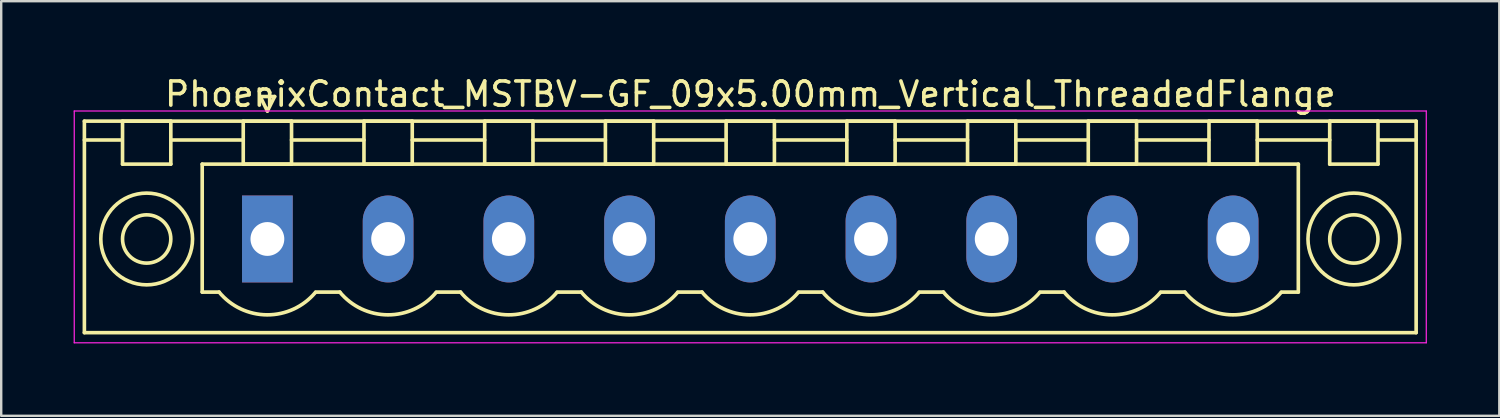
<source format=kicad_pcb>
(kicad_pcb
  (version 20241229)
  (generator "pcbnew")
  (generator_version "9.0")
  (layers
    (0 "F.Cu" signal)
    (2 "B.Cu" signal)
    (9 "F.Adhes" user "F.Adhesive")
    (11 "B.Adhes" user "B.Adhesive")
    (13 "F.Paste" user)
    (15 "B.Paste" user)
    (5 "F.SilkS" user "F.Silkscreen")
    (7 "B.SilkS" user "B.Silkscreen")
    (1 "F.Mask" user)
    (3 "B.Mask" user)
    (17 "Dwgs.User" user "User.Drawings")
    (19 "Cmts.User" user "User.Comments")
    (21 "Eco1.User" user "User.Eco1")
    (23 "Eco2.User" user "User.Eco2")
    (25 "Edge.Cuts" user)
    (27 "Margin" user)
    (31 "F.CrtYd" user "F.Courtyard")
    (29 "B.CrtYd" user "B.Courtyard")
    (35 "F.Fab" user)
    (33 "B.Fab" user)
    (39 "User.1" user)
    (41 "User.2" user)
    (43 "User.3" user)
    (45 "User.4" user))
  (footprint "PhoenixContact_MSTBV-GF_09x5.00mm_Vertical_ThreadedFlange"
    (layer "F.Cu")
    (at 8.025 6.848)
    (property "Reference" "PhoenixContact_MSTBV-GF_09x5.00mm_Vertical_ThreadedFlange" (at 20 -6 0) (layer "F.SilkS") (effects (font (size 1 1) (thickness 0.15))))
    (attr through_hole)
    (fp_line (start -7.58 -4.88) (end -7.58 3.88) (stroke (width 0.15) (type solid)) (layer "F.SilkS"))
    (fp_line (start -7.58 -4.1) (end -6.08 -4.1) (stroke (width 0.15) (type solid)) (layer "F.SilkS"))
    (fp_line (start -7.58 3.88) (end 47.58 3.88) (stroke (width 0.15) (type solid)) (layer "F.SilkS"))
    (fp_line (start -6 -4.88) (end -4 -4.88) (stroke (width 0.15) (type solid)) (layer "F.SilkS"))
    (fp_line (start -6 -3.1) (end -6 -4.88) (stroke (width 0.15) (type solid)) (layer "F.SilkS"))
    (fp_line (start -4 -4.88) (end -4 -3.1) (stroke (width 0.15) (type solid)) (layer "F.SilkS"))
    (fp_line (start -4 -4.1) (end -1 -4.1) (stroke (width 0.15) (type solid)) (layer "F.SilkS"))
    (fp_line (start -4 -3.1) (end -6 -3.1) (stroke (width 0.15) (type solid)) (layer "F.SilkS"))
    (fp_line (start -2.7 -3.1) (end 42.7 -3.1) (stroke (width 0.15) (type solid)) (layer "F.SilkS"))
    (fp_line (start -2.7 2.2) (end -2.7 -3.1) (stroke (width 0.15) (type solid)) (layer "F.SilkS"))
    (fp_line (start -2 2.2) (end -2.7 2.2) (stroke (width 0.15) (type solid)) (layer "F.SilkS"))
    (fp_line (start -1 -4.88) (end 1 -4.88) (stroke (width 0.15) (type solid)) (layer "F.SilkS"))
    (fp_line (start -1 -3.1) (end -1 -4.88) (stroke (width 0.15) (type solid)) (layer "F.SilkS"))
    (fp_line (start -0.3 -5.9) (end 0 -5.3) (stroke (width 0.15) (type solid)) (layer "F.SilkS"))
    (fp_line (start 0 -5.3) (end 0.3 -5.9) (stroke (width 0.15) (type solid)) (layer "F.SilkS"))
    (fp_line (start 0.3 -5.9) (end -0.3 -5.9) (stroke (width 0.15) (type solid)) (layer "F.SilkS"))
    (fp_line (start 1 -4.88) (end 1 -3.1) (stroke (width 0.15) (type solid)) (layer "F.SilkS"))
    (fp_line (start 1 -4.1) (end 4 -4.1) (stroke (width 0.15) (type solid)) (layer "F.SilkS"))
    (fp_line (start 1 -3.1) (end -1 -3.1) (stroke (width 0.15) (type solid)) (layer "F.SilkS"))
    (fp_line (start 2 2.2) (end 3 2.2) (stroke (width 0.15) (type solid)) (layer "F.SilkS"))
    (fp_line (start 4 -4.88) (end 6 -4.88) (stroke (width 0.15) (type solid)) (layer "F.SilkS"))
    (fp_line (start 4 -3.1) (end 4 -4.88) (stroke (width 0.15) (type solid)) (layer "F.SilkS"))
    (fp_line (start 6 -4.88) (end 6 -3.1) (stroke (width 0.15) (type solid)) (layer "F.SilkS"))
    (fp_line (start 6 -4.1) (end 9 -4.1) (stroke (width 0.15) (type solid)) (layer "F.SilkS"))
    (fp_line (start 6 -3.1) (end 4 -3.1) (stroke (width 0.15) (type solid)) (layer "F.SilkS"))
    (fp_line (start 7 2.2) (end 8 2.2) (stroke (width 0.15) (type solid)) (layer "F.SilkS"))
    (fp_line (start 9 -4.88) (end 11 -4.88) (stroke (width 0.15) (type solid)) (layer "F.SilkS"))
    (fp_line (start 9 -3.1) (end 9 -4.88) (stroke (width 0.15) (type solid)) (layer "F.SilkS"))
    (fp_line (start 11 -4.88) (end 11 -3.1) (stroke (width 0.15) (type solid)) (layer "F.SilkS"))
    (fp_line (start 11 -4.1) (end 14 -4.1) (stroke (width 0.15) (type solid)) (layer "F.SilkS"))
    (fp_line (start 11 -3.1) (end 9 -3.1) (stroke (width 0.15) (type solid)) (layer "F.SilkS"))
    (fp_line (start 12 2.2) (end 13 2.2) (stroke (width 0.15) (type solid)) (layer "F.SilkS"))
    (fp_line (start 14 -4.88) (end 16 -4.88) (stroke (width 0.15) (type solid)) (layer "F.SilkS"))
    (fp_line (start 14 -3.1) (end 14 -4.88) (stroke (width 0.15) (type solid)) (layer "F.SilkS"))
    (fp_line (start 16 -4.88) (end 16 -3.1) (stroke (width 0.15) (type solid)) (layer "F.SilkS"))
    (fp_line (start 16 -4.1) (end 19 -4.1) (stroke (width 0.15) (type solid)) (layer "F.SilkS"))
    (fp_line (start 16 -3.1) (end 14 -3.1) (stroke (width 0.15) (type solid)) (layer "F.SilkS"))
    (fp_line (start 17 2.2) (end 18 2.2) (stroke (width 0.15) (type solid)) (layer "F.SilkS"))
    (fp_line (start 19 -4.88) (end 21 -4.88) (stroke (width 0.15) (type solid)) (layer "F.SilkS"))
    (fp_line (start 19 -3.1) (end 19 -4.88) (stroke (width 0.15) (type solid)) (layer "F.SilkS"))
    (fp_line (start 21 -4.88) (end 21 -3.1) (stroke (width 0.15) (type solid)) (layer "F.SilkS"))
    (fp_line (start 21 -4.1) (end 24 -4.1) (stroke (width 0.15) (type solid)) (layer "F.SilkS"))
    (fp_line (start 21 -3.1) (end 19 -3.1) (stroke (width 0.15) (type solid)) (layer "F.SilkS"))
    (fp_line (start 22 2.2) (end 23 2.2) (stroke (width 0.15) (type solid)) (layer "F.SilkS"))
    (fp_line (start 24 -4.88) (end 26 -4.88) (stroke (width 0.15) (type solid)) (layer "F.SilkS"))
    (fp_line (start 24 -3.1) (end 24 -4.88) (stroke (width 0.15) (type solid)) (layer "F.SilkS"))
    (fp_line (start 26 -4.88) (end 26 -3.1) (stroke (width 0.15) (type solid)) (layer "F.SilkS"))
    (fp_line (start 26 -4.1) (end 29 -4.1) (stroke (width 0.15) (type solid)) (layer "F.SilkS"))
    (fp_line (start 26 -3.1) (end 24 -3.1) (stroke (width 0.15) (type solid)) (layer "F.SilkS"))
    (fp_line (start 27 2.2) (end 28 2.2) (stroke (width 0.15) (type solid)) (layer "F.SilkS"))
    (fp_line (start 29 -4.88) (end 31 -4.88) (stroke (width 0.15) (type solid)) (layer "F.SilkS"))
    (fp_line (start 29 -3.1) (end 29 -4.88) (stroke (width 0.15) (type solid)) (layer "F.SilkS"))
    (fp_line (start 31 -4.88) (end 31 -3.1) (stroke (width 0.15) (type solid)) (layer "F.SilkS"))
    (fp_line (start 31 -4.1) (end 34 -4.1) (stroke (width 0.15) (type solid)) (layer "F.SilkS"))
    (fp_line (start 31 -3.1) (end 29 -3.1) (stroke (width 0.15) (type solid)) (layer "F.SilkS"))
    (fp_line (start 32 2.2) (end 33 2.2) (stroke (width 0.15) (type solid)) (layer "F.SilkS"))
    (fp_line (start 34 -4.88) (end 36 -4.88) (stroke (width 0.15) (type solid)) (layer "F.SilkS"))
    (fp_line (start 34 -3.1) (end 34 -4.88) (stroke (width 0.15) (type solid)) (layer "F.SilkS"))
    (fp_line (start 36 -4.88) (end 36 -3.1) (stroke (width 0.15) (type solid)) (layer "F.SilkS"))
    (fp_line (start 36 -4.1) (end 39 -4.1) (stroke (width 0.15) (type solid)) (layer "F.SilkS"))
    (fp_line (start 36 -3.1) (end 34 -3.1) (stroke (width 0.15) (type solid)) (layer "F.SilkS"))
    (fp_line (start 37 2.2) (end 38 2.2) (stroke (width 0.15) (type solid)) (layer "F.SilkS"))
    (fp_line (start 39 -4.88) (end 41 -4.88) (stroke (width 0.15) (type solid)) (layer "F.SilkS"))
    (fp_line (start 39 -3.1) (end 39 -4.88) (stroke (width 0.15) (type solid)) (layer "F.SilkS"))
    (fp_line (start 41 -4.88) (end 41 -3.1) (stroke (width 0.15) (type solid)) (layer "F.SilkS"))
    (fp_line (start 41 -4.1) (end 44 -4.1) (stroke (width 0.15) (type solid)) (layer "F.SilkS"))
    (fp_line (start 41 -3.1) (end 39 -3.1) (stroke (width 0.15) (type solid)) (layer "F.SilkS"))
    (fp_line (start 42.7 -3.1) (end 42.7 2.2) (stroke (width 0.15) (type solid)) (layer "F.SilkS"))
    (fp_line (start 42.7 2.2) (end 42 2.2) (stroke (width 0.15) (type solid)) (layer "F.SilkS"))
    (fp_line (start 44 -4.88) (end 46 -4.88) (stroke (width 0.15) (type solid)) (layer "F.SilkS"))
    (fp_line (start 44 -3.1) (end 44 -4.88) (stroke (width 0.15) (type solid)) (layer "F.SilkS"))
    (fp_line (start 46 -4.88) (end 46 -3.1) (stroke (width 0.15) (type solid)) (layer "F.SilkS"))
    (fp_line (start 46 -3.1) (end 44 -3.1) (stroke (width 0.15) (type solid)) (layer "F.SilkS"))
    (fp_line (start 47.58 -4.88) (end -7.58 -4.88) (stroke (width 0.15) (type solid)) (layer "F.SilkS"))
    (fp_line (start 47.58 -4.1) (end 46.08 -4.1) (stroke (width 0.15) (type solid)) (layer "F.SilkS"))
    (fp_line (start 47.58 3.88) (end 47.58 -4.88) (stroke (width 0.15) (type solid)) (layer "F.SilkS"))
    (fp_arc (start 1.986842 2.215821) (mid -0.010289 3.142758) (end -2 2.2) (stroke (width 0.15) (type solid)) (layer "F.SilkS"))
    (fp_arc (start 6.986842 2.215821) (mid 4.989711 3.142758) (end 3 2.2) (stroke (width 0.15) (type solid)) (layer "F.SilkS"))
    (fp_arc (start 11.986842 2.215821) (mid 9.989711 3.142758) (end 8 2.2) (stroke (width 0.15) (type solid)) (layer "F.SilkS"))
    (fp_arc (start 16.986842 2.215821) (mid 14.989711 3.142758) (end 13 2.2) (stroke (width 0.15) (type solid)) (layer "F.SilkS"))
    (fp_arc (start 21.986842 2.215821) (mid 19.989711 3.142758) (end 18 2.2) (stroke (width 0.15) (type solid)) (layer "F.SilkS"))
    (fp_arc (start 26.986842 2.215821) (mid 24.989711 3.142758) (end 23 2.2) (stroke (width 0.15) (type solid)) (layer "F.SilkS"))
    (fp_arc (start 31.986842 2.215821) (mid 29.989711 3.142758) (end 28 2.2) (stroke (width 0.15) (type solid)) (layer "F.SilkS"))
    (fp_arc (start 36.986842 2.215821) (mid 34.989711 3.142758) (end 33 2.2) (stroke (width 0.15) (type solid)) (layer "F.SilkS"))
    (fp_arc (start 41.986842 2.215821) (mid 39.989711 3.142758) (end 38 2.2) (stroke (width 0.15) (type solid)) (layer "F.SilkS"))
    (fp_circle (center -5 0) (end -4 0) (stroke (width 0.15) (type solid)) (fill no) (layer "F.SilkS"))
    (fp_circle (center -5 0) (end -3.1 0) (stroke (width 0.15) (type solid)) (fill no) (layer "F.SilkS"))
    (fp_circle (center 45 0) (end 46 0) (stroke (width 0.15) (type solid)) (fill no) (layer "F.SilkS"))
    (fp_circle (center 45 0) (end 46.9 0) (stroke (width 0.15) (type solid)) (fill no) (layer "F.SilkS"))
    (fp_line (start -8 -5.3) (end -8 4.3) (stroke (width 0.05) (type solid)) (layer "F.CrtYd"))
    (fp_line (start -8 4.3) (end 48 4.3) (stroke (width 0.05) (type solid)) (layer "F.CrtYd"))
    (fp_line (start 48 -5.3) (end -8 -5.3) (stroke (width 0.05) (type solid)) (layer "F.CrtYd"))
    (fp_line (start 48 4.3) (end 48 -5.3) (stroke (width 0.05) (type solid)) (layer "F.CrtYd"))
    (pad "1" thru_hole rect (at 0 0) (size 2.1 3.6) (drill 1.4) (layers "*.Cu" "*.Mask"))
    (pad "2" thru_hole oval (at 5 0) (size 2.1 3.6) (drill 1.4) (layers "*.Cu" "*.Mask"))
    (pad "3" thru_hole oval (at 10 0) (size 2.1 3.6) (drill 1.4) (layers "*.Cu" "*.Mask"))
    (pad "4" thru_hole oval (at 15 0) (size 2.1 3.6) (drill 1.4) (layers "*.Cu" "*.Mask"))
    (pad "5" thru_hole oval (at 20 0) (size 2.1 3.6) (drill 1.4) (layers "*.Cu" "*.Mask"))
    (pad "6" thru_hole oval (at 25 0) (size 2.1 3.6) (drill 1.4) (layers "*.Cu" "*.Mask"))
    (pad "7" thru_hole oval (at 30 0) (size 2.1 3.6) (drill 1.4) (layers "*.Cu" "*.Mask"))
    (pad "8" thru_hole oval (at 35 0) (size 2.1 3.6) (drill 1.4) (layers "*.Cu" "*.Mask"))
    (pad "9" thru_hole oval (at 40 0) (size 2.1 3.6) (drill 1.4) (layers "*.Cu" "*.Mask")))
  (gr_rect
    (start -3 -3)
    (end 59.05 14.173)
    (stroke (width 0.1) (type default))
    (fill no)
    (layer "Edge.Cuts")))
</source>
